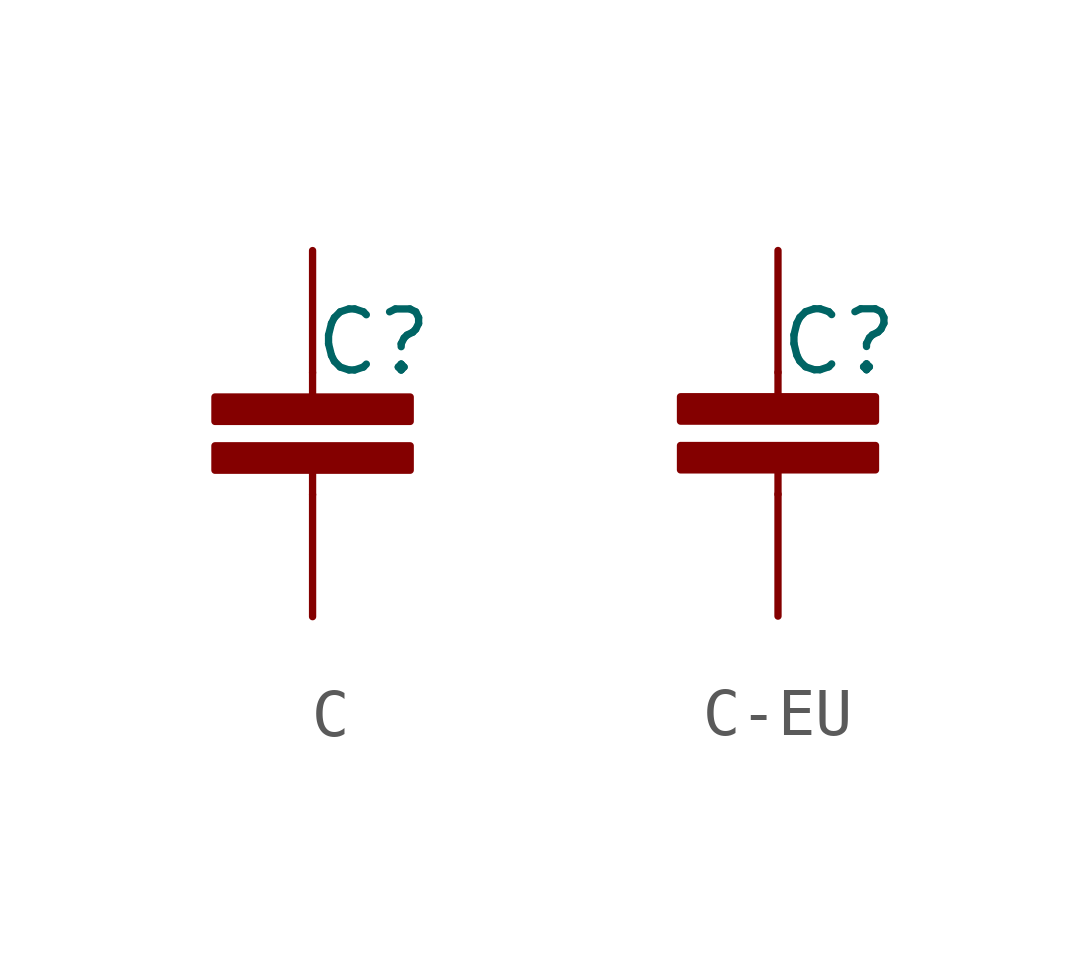
<source format=kicad_sym>
(kicad_symbol_lib
  (version 20241209)
  (generator "kicad_symbol_editor")
  (generator_version "9.0")
  (symbol "C"
    (property "Reference" "C"
      (at 1.27 1.905 0)
      (effects (font (size 1.27 1.27))))
    (property "Value" ""
      (at 2.54 -2.54 0)
      (effects (font (size 1.27 1.27))))
    (symbol "C_1_0"
      (rectangle (start -2.032 0.762) (end 2.032 0.254) (stroke (width 0) (type default)) (fill (type outline)))
      (rectangle (start -2.032 -0.254) (end 2.032 -0.762) (stroke (width 0) (type default)) (fill (type outline)))
      (polyline (pts (xy 0 1.27) (xy 0 0.762)) (stroke (width 0.152) (type solid)) (fill (type none)))
      (polyline (pts (xy 0 -1.27) (xy 0 -0.762)) (stroke (width 0.152) (type solid)) (fill (type none)))
      (pin passive line (at 0 3.81 270) (length 2.54) (name "1" (effects (font (size 0 0)))) (number "1" (effects (font (size 0 0)))))
      (pin passive line (at 0 -3.81 90) (length 2.54) (name "2" (effects (font (size 0 0)))) (number "2" (effects (font (size 0 0)))))))
  (symbol "C-EU"
    (property "Reference" "C"
      (at 1.27 0.635 0)
      (effects (font (size 1.27 1.27))))
    (property "Value" ""
      (at 0 2.54 0)
      (effects (font (size 1.27 1.27))))
    (symbol "C-EU_1_0"
      (rectangle (start -2.032 -0.508) (end 2.032 -1.016) (stroke (width 0) (type default)) (fill (type outline)))
      (rectangle (start -2.032 -2.032) (end 2.032 -1.524) (stroke (width 0) (type default)) (fill (type outline)))
      (polyline (pts (xy 0 0) (xy 0 -0.508)) (stroke (width 0.152) (type solid)) (fill (type none)))
      (polyline (pts (xy 0 -2.54) (xy 0 -2.032)) (stroke (width 0.152) (type solid)) (fill (type none)))
      (pin passive line (at 0 2.54 270) (length 2.54) (name "1" (effects (font (size 0 0)))) (number "1" (effects (font (size 0 0)))))
      (pin passive line (at 0 -5.08 90) (length 2.54) (name "2" (effects (font (size 0 0)))) (number "2" (effects (font (size 0 0))))))))
</source>
